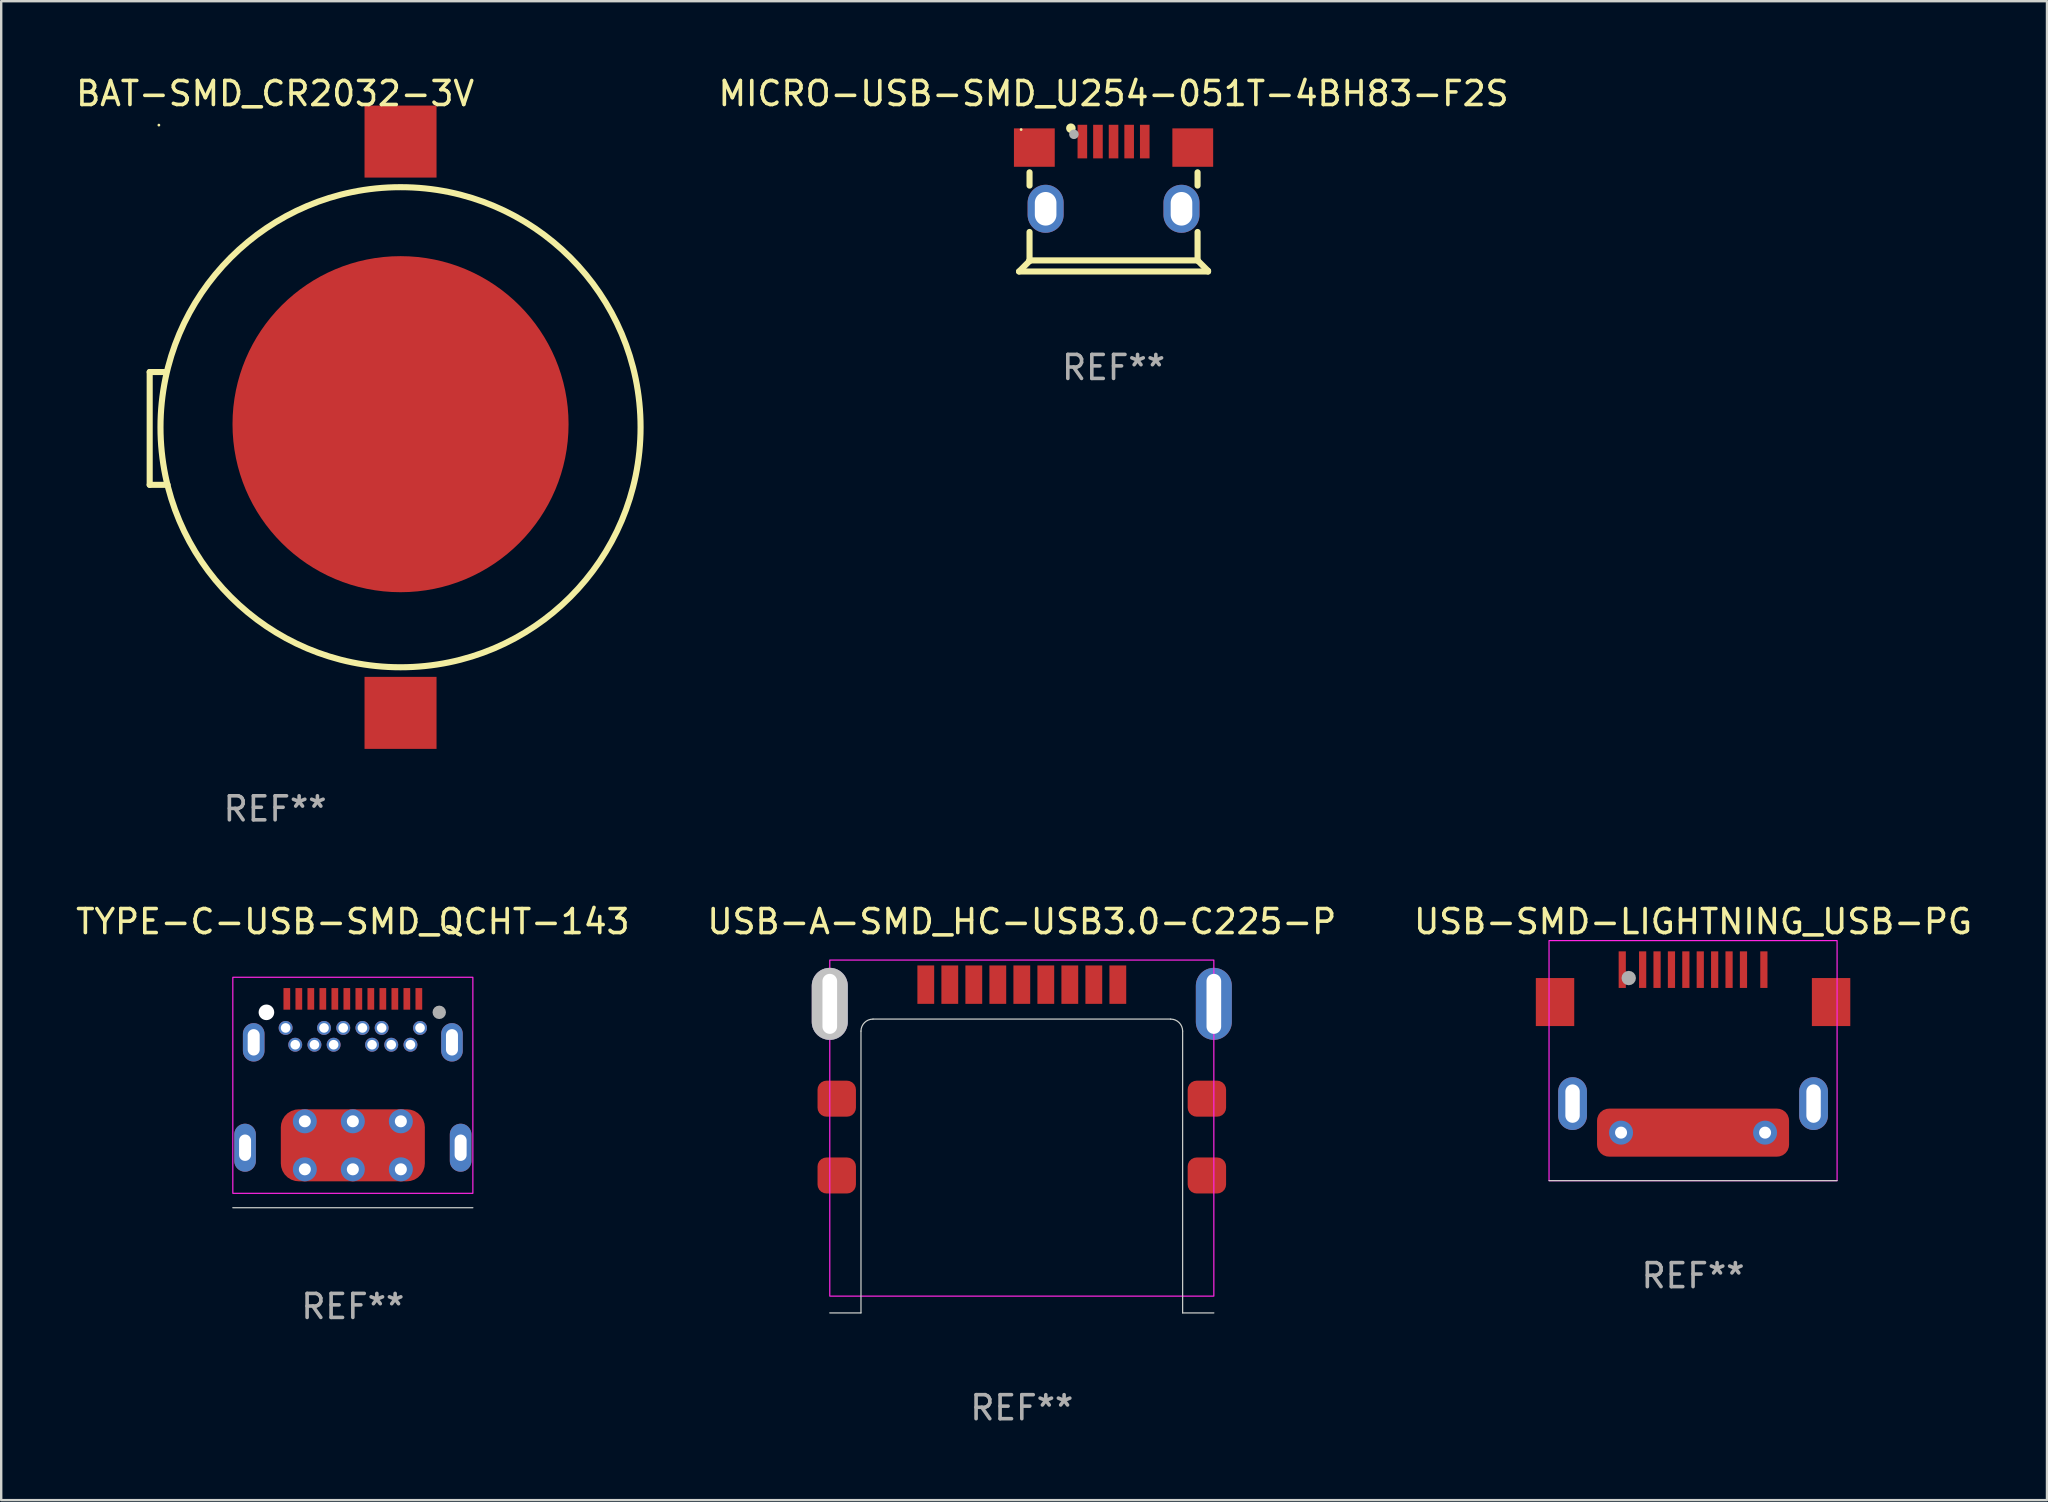
<source format=kicad_pcb>
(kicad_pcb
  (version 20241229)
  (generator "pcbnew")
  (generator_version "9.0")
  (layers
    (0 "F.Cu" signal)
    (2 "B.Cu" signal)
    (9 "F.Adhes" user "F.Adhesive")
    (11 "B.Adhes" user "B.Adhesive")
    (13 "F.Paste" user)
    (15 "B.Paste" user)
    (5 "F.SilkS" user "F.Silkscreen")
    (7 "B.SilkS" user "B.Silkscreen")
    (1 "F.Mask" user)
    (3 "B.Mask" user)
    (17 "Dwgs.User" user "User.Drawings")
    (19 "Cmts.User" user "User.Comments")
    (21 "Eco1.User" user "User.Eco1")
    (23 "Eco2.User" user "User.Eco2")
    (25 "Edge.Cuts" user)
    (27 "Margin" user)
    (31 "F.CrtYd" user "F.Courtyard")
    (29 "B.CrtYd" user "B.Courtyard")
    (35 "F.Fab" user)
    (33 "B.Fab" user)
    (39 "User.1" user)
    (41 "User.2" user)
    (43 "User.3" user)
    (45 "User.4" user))
  (footprint "TYPE-C-USB-SMD_QCHT-143"
    (layer "F.Cu")
    (at 11.649 41.663)
    (property "Reference" "TYPE-C-USB-SMD_QCHT-143" (at 0 -6.318 0) (layer "F.SilkS") (effects (font (size 1 1) (thickness 0.15))))
    (attr through_hole)
    (fp_line (start -5 5.6) (end 5 5.6) (stroke (width 0.05) (type default)) (layer "Edge.Cuts"))
    (fp_rect (start -5 -4) (end 5 5) (stroke (width 0.05) (type default)) (fill no) (layer "F.CrtYd"))
    (fp_circle (center -3.6 -2.54) (end -3.46 -2.54) (stroke (width 0.28) (type solid)) (fill no) (layer "F.Fab"))
    (fp_circle (center 3.6 -2.54) (end 3.74 -2.54) (stroke (width 0.28) (type solid)) (fill no) (layer "F.Fab"))
    (fp_text user "REF**" (at 0 9.715 0) (layer "F.Fab") (effects (font (size 1 1) (thickness 0.15))))
    (pad "" np_thru_hole circle (at -3.6 -2.54) (size 0.65 0.65) (drill 0.65) (layers "*.Cu" "*.Mask"))
    (pad "A1" smd rect (at -2.75 -3.1) (size 0.28 0.9) (layers "F.Cu" "F.Mask" "F.Paste"))
    (pad "A2" smd rect (at -2.25 -3.1) (size 0.28 0.9) (layers "F.Cu" "F.Mask" "F.Paste"))
    (pad "A3" smd rect (at -1.75 -3.1) (size 0.28 0.9) (layers "F.Cu" "F.Mask" "F.Paste"))
    (pad "A4" smd rect (at -1.25 -3.1) (size 0.28 0.9) (layers "F.Cu" "F.Mask" "F.Paste"))
    (pad "A5" smd rect (at -0.75 -3.1) (size 0.28 0.9) (layers "F.Cu" "F.Mask" "F.Paste"))
    (pad "A6" smd rect (at -0.25 -3.1) (size 0.28 0.9) (layers "F.Cu" "F.Mask" "F.Paste"))
    (pad "A7" smd rect (at 0.25 -3.1) (size 0.28 0.9) (layers "F.Cu" "F.Mask" "F.Paste"))
    (pad "A8" smd rect (at 0.75 -3.1) (size 0.28 0.9) (layers "F.Cu" "F.Mask" "F.Paste"))
    (pad "A9" smd rect (at 1.25 -3.1) (size 0.28 0.9) (layers "F.Cu" "F.Mask" "F.Paste"))
    (pad "A10" smd rect (at 1.75 -3.1) (size 0.28 0.9) (layers "F.Cu" "F.Mask" "F.Paste"))
    (pad "A11" smd rect (at 2.25 -3.1) (size 0.28 0.9) (layers "F.Cu" "F.Mask" "F.Paste"))
    (pad "A12" smd rect (at 2.75 -3.1) (size 0.28 0.9) (layers "F.Cu" "F.Mask" "F.Paste"))
    (pad "B1" thru_hole circle (at 2.8 -1.89) (size 0.58 0.58) (drill 0.4) (layers "*.Cu" "*.Mask"))
    (pad "B2" thru_hole circle (at 2.4 -1.19) (size 0.58 0.58) (drill 0.4) (layers "*.Cu" "*.Mask"))
    (pad "B3" thru_hole circle (at 1.6 -1.19) (size 0.58 0.58) (drill 0.4) (layers "*.Cu" "*.Mask"))
    (pad "B4" thru_hole circle (at 1.2 -1.89) (size 0.58 0.58) (drill 0.4) (layers "*.Cu" "*.Mask"))
    (pad "B5" thru_hole circle (at 0.8 -1.19) (size 0.58 0.58) (drill 0.4) (layers "*.Cu" "*.Mask"))
    (pad "B6" thru_hole circle (at 0.4 -1.89) (size 0.58 0.58) (drill 0.4) (layers "*.Cu" "*.Mask"))
    (pad "B7" thru_hole circle (at -0.4 -1.89) (size 0.58 0.58) (drill 0.4) (layers "*.Cu" "*.Mask"))
    (pad "B8" thru_hole circle (at -0.8 -1.19) (size 0.58 0.58) (drill 0.4) (layers "*.Cu" "*.Mask"))
    (pad "B9" thru_hole circle (at -1.2 -1.89) (size 0.58 0.58) (drill 0.4) (layers "*.Cu" "*.Mask"))
    (pad "B10" thru_hole circle (at -1.6 -1.19) (size 0.58 0.58) (drill 0.4) (layers "*.Cu" "*.Mask"))
    (pad "B11" thru_hole circle (at -2.4 -1.19) (size 0.58 0.58) (drill 0.4) (layers "*.Cu" "*.Mask"))
    (pad "B12" thru_hole circle (at -2.8 -1.89) (size 0.58 0.58) (drill 0.4) (layers "*.Cu" "*.Mask"))
    (pad "S1" thru_hole oval (at -4.49 3.1) (size 0.9 2) (drill oval 0.5 1.1) (layers "*.Cu" "*.Mask"))
    (pad "S1" thru_hole oval (at -4.13 -1.29) (size 0.9 1.6) (drill oval 0.5 1.1) (layers "*.Cu" "*.Mask"))
    (pad "S1" thru_hole circle (at -2 2) (size 1 1) (drill 0.5) (layers "*.Cu" "*.Mask"))
    (pad "S1" thru_hole circle (at -2 4) (size 1 1) (drill 0.5) (layers "*.Cu" "*.Mask"))
    (pad "S1" thru_hole circle (at 0 2) (size 1 1) (drill 0.5) (layers "*.Cu" "*.Mask"))
    (pad "S1" smd roundrect (at 0 3) (size 6 3) (layers "F.Cu" "F.Mask" "F.Paste") (roundrect_rratio 0.25))
    (pad "S1" thru_hole circle (at 0 4) (size 1 1) (drill 0.5) (layers "*.Cu" "*.Mask"))
    (pad "S1" thru_hole circle (at 2 2) (size 1 1) (drill 0.5) (layers "*.Cu" "*.Mask"))
    (pad "S1" thru_hole circle (at 2 4) (size 1 1) (drill 0.5) (layers "*.Cu" "*.Mask"))
    (pad "S1" thru_hole oval (at 4.13 -1.29) (size 0.9 1.6) (drill oval 0.5 1.1) (layers "*.Cu" "*.Mask"))
    (pad "S1" thru_hole oval (at 4.49 3.1) (size 0.9 2) (drill oval 0.5 1.1) (layers "*.Cu" "*.Mask")))
  (footprint "BAT-SMD_CR2032-3V"
    (layer "F.Cu")
    (at 13.636 14.748)
    (property "Reference" "BAT-SMD_CR2032-3V" (at -5.225 -13.9 0) (layer "F.SilkS") (effects (font (size 1 1) (thickness 0.15))))
    (attr smd)
    (fp_line (start -10.45 -2.3) (end -10.45 2.4) (stroke (width 0.254) (type solid)) (layer "F.SilkS"))
    (fp_line (start -10.45 2.4) (end -9.706 2.4) (stroke (width 0.254) (type solid)) (layer "F.SilkS"))
    (fp_line (start -9.769 -2.3) (end -10.45 -2.3) (stroke (width 0.254) (type solid)) (layer "F.SilkS"))
    (fp_circle (center -10.067 -12.586) (end -10.037 -12.586) (stroke (width 0.06) (type solid)) (fill no) (layer "F.SilkS"))
    (fp_circle (center 0 0) (end 10 0) (stroke (width 0.254) (type solid)) (fill no) (layer "F.SilkS"))
    (fp_text user "REF**" (at -5.225 15.9 0) (layer "F.Fab") (effects (font (size 1 1) (thickness 0.15))))
    (pad "1" smd rect (at 0 -11.9) (size 3 3) (layers "F.Cu" "F.Mask" "F.Paste"))
    (pad "1" smd rect (at 0 11.9) (size 3 3) (layers "F.Cu" "F.Mask" "F.Paste"))
    (pad "2" smd circle (at 0 -0.127) (size 14 14) (layers "F.Cu" "F.Mask" "F.Paste")))
  (footprint "MICRO-USB-SMD_U254-051T-4BH83-F2S"
    (layer "F.Cu")
    (at 43.34 4.248)
    (property "Reference" "MICRO-USB-SMD_U254-051T-4BH83-F2S" (at -0.000051 -3.4 0) (layer "F.SilkS") (effects (font (size 1 1) (thickness 0.15))))
    (attr through_hole)
    (fp_line (start -3.937 4.012) (end 3.937 4.012) (stroke (width 0.254) (type solid)) (layer "F.SilkS"))
    (fp_line (start -3.5 0.434) (end -3.5 -0.119) (stroke (width 0.254) (type solid)) (layer "F.SilkS"))
    (fp_line (start -3.5 3.55) (end -3.5 2.366) (stroke (width 0.254) (type solid)) (layer "F.SilkS"))
    (fp_line (start -3.5 3.55) (end -3.5 3.575) (stroke (width 0.254) (type solid)) (layer "F.SilkS"))
    (fp_line (start -3.5 3.55) (end 3.5 3.55) (stroke (width 0.254) (type solid)) (layer "F.SilkS"))
    (fp_line (start -3.5 3.575) (end -3.937 4.012) (stroke (width 0.254) (type solid)) (layer "F.SilkS"))
    (fp_line (start 3.5 0.434) (end 3.5 -0.119) (stroke (width 0.254) (type solid)) (layer "F.SilkS"))
    (fp_line (start 3.5 3.55) (end 3.5 2.366) (stroke (width 0.254) (type solid)) (layer "F.SilkS"))
    (fp_line (start 3.937 3.987) (end 3.5 3.55) (stroke (width 0.254) (type solid)) (layer "F.SilkS"))
    (fp_line (start 3.937 4.012) (end 3.937 3.987) (stroke (width 0.254) (type solid)) (layer "F.SilkS"))
    (fp_circle (center -3.85 -1.9) (end -3.82 -1.9) (stroke (width 0.06) (type solid)) (fill no) (layer "F.SilkS"))
    (fp_circle (center -1.778 -1.957) (end -1.678 -1.957) (stroke (width 0.2) (type solid)) (fill no) (layer "F.SilkS"))
    (fp_circle (center -1.651 -1.703) (end -1.551 -1.703) (stroke (width 0.2) (type solid)) (fill no) (layer "F.Fab"))
    (fp_text user "REF**" (at -0.000051 8.012 0) (layer "F.Fab") (effects (font (size 1 1) (thickness 0.15))))
    (pad "1" smd rect (at -1.3 -1.4) (size 0.4 1.4) (layers "F.Cu" "F.Mask" "F.Paste"))
    (pad "2" smd rect (at -0.65 -1.4) (size 0.4 1.4) (layers "F.Cu" "F.Mask" "F.Paste"))
    (pad "3" smd rect (at -0.000051 -1.4) (size 0.4 1.4) (layers "F.Cu" "F.Mask" "F.Paste"))
    (pad "4" smd rect (at 0.65 -1.4) (size 0.4 1.4) (layers "F.Cu" "F.Mask" "F.Paste"))
    (pad "5" smd rect (at 1.3 -1.4) (size 0.4 1.4) (layers "F.Cu" "F.Mask" "F.Paste"))
    (pad "6" smd rect (at -3.3 -1.15 90) (size 1.6 1.7) (layers "F.Cu" "F.Mask" "F.Paste"))
    (pad "7" smd rect (at 3.3 -1.15 90) (size 1.6 1.7) (layers "F.Cu" "F.Mask" "F.Paste"))
    (pad "8" thru_hole oval (at 2.83 1.4) (size 1.5 2) (drill oval 0.9 1.4) (layers "*.Cu" "*.Mask"))
    (pad "9" thru_hole oval (at -2.83 1.4) (size 1.5 2) (drill oval 0.9 1.4) (layers "*.Cu" "*.Mask")))
  (footprint "USB-SMD-LIGHTNING_USB-PG"
    (layer "F.Cu")
    (at 67.482 40.135)
    (property "Reference" "USB-SMD-LIGHTNING_USB-PG" (at 0 -4.79 0) (layer "F.SilkS") (effects (font (size 1 1) (thickness 0.15))))
    (attr through_hole)
    (fp_line (start -6 6) (end 6 6) (stroke (width 0.05) (type default)) (layer "Edge.Cuts"))
    (fp_rect (start -6 -4) (end 6 6) (stroke (width 0.05) (type default)) (fill no) (layer "F.CrtYd"))
    (fp_circle (center -2.68 -2.44) (end -2.53 -2.44) (stroke (width 0.3) (type solid)) (fill no) (layer "F.Fab"))
    (fp_text user "REF**" (at 0 9.96 0) (layer "F.Fab") (effects (font (size 1 1) (thickness 0.15))))
    (pad "1" smd rect (at -2.95 -2.79) (size 0.3 1.524) (layers "F.Cu" "F.Mask" "F.Paste"))
    (pad "2" smd rect (at -2.1 -2.79) (size 0.3 1.524) (layers "F.Cu" "F.Mask" "F.Paste"))
    (pad "3" smd rect (at -1.5 -2.79) (size 0.3 1.524) (layers "F.Cu" "F.Mask" "F.Paste"))
    (pad "4" smd rect (at -0.9 -2.79) (size 0.3 1.524) (layers "F.Cu" "F.Mask" "F.Paste"))
    (pad "5" smd rect (at -0.3 -2.79) (size 0.3 1.524) (layers "F.Cu" "F.Mask" "F.Paste"))
    (pad "6" smd rect (at 0.3 -2.79) (size 0.3 1.524) (layers "F.Cu" "F.Mask" "F.Paste"))
    (pad "7" smd rect (at 0.9 -2.79) (size 0.3 1.524) (layers "F.Cu" "F.Mask" "F.Paste"))
    (pad "8" smd rect (at 1.5 -2.79) (size 0.3 1.524) (layers "F.Cu" "F.Mask" "F.Paste"))
    (pad "9" smd rect (at 2.1 -2.79) (size 0.3 1.524) (layers "F.Cu" "F.Mask" "F.Paste"))
    (pad "10" smd rect (at 2.95 -2.79) (size 0.3 1.524) (layers "F.Cu" "F.Mask" "F.Paste"))
    (pad "11" smd rect (at -5.75 -1.44) (size 1.6 2) (layers "F.Cu" "F.Mask" "F.Paste"))
    (pad "12" smd rect (at 5.75 -1.44) (size 1.6 2) (layers "F.Cu" "F.Mask" "F.Paste"))
    (pad "13" thru_hole circle (at -3 4) (size 1 1) (drill 0.5) (layers "*.Cu" "*.Mask"))
    (pad "13" smd roundrect (at 0 4) (size 8 2) (layers "F.Cu" "F.Mask" "F.Paste") (roundrect_rratio 0.25))
    (pad "13" thru_hole circle (at 3 4) (size 1 1) (drill 0.5) (layers "*.Cu" "*.Mask"))
    (pad "13" thru_hole oval (at 5.02 2.79) (size 1.2 2.2) (drill oval 0.6 1.6) (layers "*.Cu" "*.Mask"))
    (pad "14" thru_hole oval (at -5.02 2.79) (size 1.2 2.2) (drill oval 0.6 1.6) (layers "*.Cu" "*.Mask")))
  (footprint "USB-A-SMD_HC-USB3.0-C225-P"
    (layer "F.Cu")
    (at 39.518 41.945)
    (property "Reference" "USB-A-SMD_HC-USB3.0-C225-P" (at 0 -6.6 0) (layer "F.SilkS") (effects (font (size 1 1) (thickness 0.15))))
    (attr through_hole)
    (fp_circle (center -8.15 -4.548) (end -8.12 -4.548) (stroke (width 0.06) (type solid)) (fill no) (layer "F.SilkS"))
    (fp_line (start -6.7 -2.04) (end -6.7 9.7) (stroke (width 0.05) (type solid)) (layer "Edge.Cuts"))
    (fp_line (start -6.7 9.7) (end -8 9.7) (stroke (width 0.05) (type solid)) (layer "Edge.Cuts"))
    (fp_line (start 6.2 -2.54) (end -6.2 -2.54) (stroke (width 0.05) (type solid)) (layer "Edge.Cuts"))
    (fp_line (start 6.7 -2.04) (end 6.7 9.7) (stroke (width 0.05) (type solid)) (layer "Edge.Cuts"))
    (fp_line (start 6.7 9.7) (end 8 9.7) (stroke (width 0.05) (type solid)) (layer "Edge.Cuts"))
    (fp_arc (start -6.7 -2.04) (mid -6.553553 -2.393553) (end -6.2 -2.54) (stroke (width 0.05) (type default)) (layer "Edge.Cuts"))
    (fp_arc (start 6.2 -2.54) (mid 6.553553 -2.393553) (end 6.7 -2.04) (stroke (width 0.05) (type default)) (layer "Edge.Cuts"))
    (fp_rect (start -8 -5) (end 8 9) (stroke (width 0.05) (type default)) (fill no) (layer "F.CrtYd"))
    (fp_text user "REF**" (at 0 13.652 0) (layer "F.Fab") (effects (font (size 1 1) (thickness 0.15))))
    (pad "1" smd rect (at -3 -3.975) (size 0.7 1.6) (layers "F.Cu" "F.Mask" "F.Paste"))
    (pad "2" smd rect (at -1 -3.975) (size 0.7 1.6) (layers "F.Cu" "F.Mask" "F.Paste"))
    (pad "3" smd rect (at 1 -3.975) (size 0.7 1.6) (layers "F.Cu" "F.Mask" "F.Paste"))
    (pad "4" smd rect (at 3 -3.975) (size 0.7 1.6) (layers "F.Cu" "F.Mask" "F.Paste"))
    (pad "5" smd rect (at 4 -3.975) (size 0.7 1.6) (layers "F.Cu" "F.Mask" "F.Paste"))
    (pad "6" smd rect (at 2 -3.975) (size 0.7 1.6) (layers "F.Cu" "F.Mask" "F.Paste"))
    (pad "7" smd rect (at 0 -3.975) (size 0.7 1.6) (layers "F.Cu" "F.Mask" "F.Paste"))
    (pad "8" smd rect (at -2 -3.975) (size 0.7 1.6) (layers "F.Cu" "F.Mask" "F.Paste"))
    (pad "9" smd rect (at -4 -3.975) (size 0.7 1.6) (layers "F.Cu" "F.Mask" "F.Paste"))
    (pad "10" thru_hole oval (at -8 -3.175) (size 1.5 3) (drill oval 0.61 2.5) (layers "*.Cu" "*.Mask" "Dwgs.User"))
    (pad "10" smd roundrect (at -7.71 0.775) (size 1.6 1.5) (layers "F.Cu" "F.Mask" "F.Paste") (roundrect_rratio 0.25))
    (pad "10" smd roundrect (at -7.71 3.975) (size 1.6 1.5) (layers "F.Cu" "F.Mask" "F.Paste") (roundrect_rratio 0.25))
    (pad "10" smd roundrect (at 7.71 0.775) (size 1.6 1.5) (layers "F.Cu" "F.Mask" "F.Paste") (roundrect_rratio 0.25))
    (pad "10" smd roundrect (at 7.71 3.975) (size 1.6 1.5) (layers "F.Cu" "F.Mask" "F.Paste") (roundrect_rratio 0.25))
    (pad "10" thru_hole oval (at 8 -3.175) (size 1.5 3) (drill oval 0.61 2.5) (layers "*.Cu" "*.Mask")))
  (gr_rect
    (start -3 -3)
    (end 82.226 59.445)
    (stroke (width 0.1) (type default))
    (fill no)
    (layer "Edge.Cuts")))
</source>
